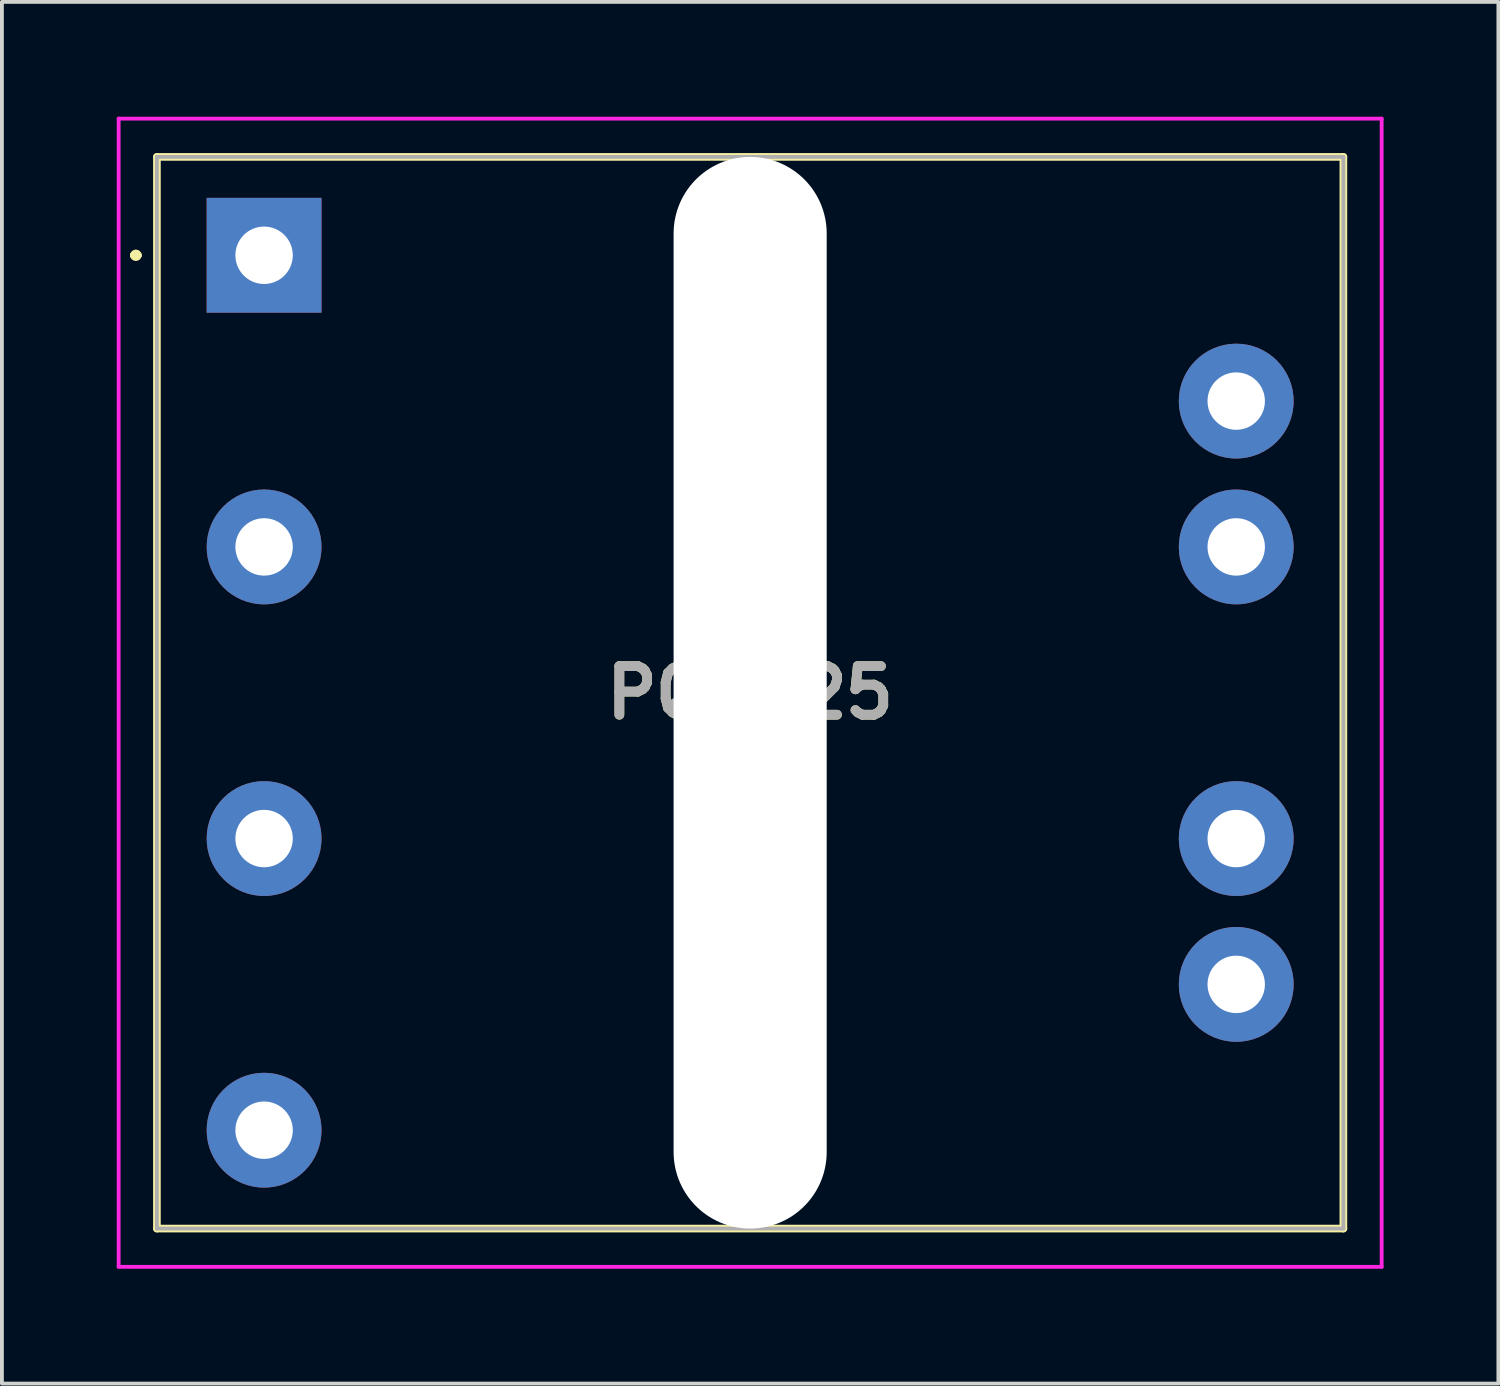
<source format=kicad_pcb>
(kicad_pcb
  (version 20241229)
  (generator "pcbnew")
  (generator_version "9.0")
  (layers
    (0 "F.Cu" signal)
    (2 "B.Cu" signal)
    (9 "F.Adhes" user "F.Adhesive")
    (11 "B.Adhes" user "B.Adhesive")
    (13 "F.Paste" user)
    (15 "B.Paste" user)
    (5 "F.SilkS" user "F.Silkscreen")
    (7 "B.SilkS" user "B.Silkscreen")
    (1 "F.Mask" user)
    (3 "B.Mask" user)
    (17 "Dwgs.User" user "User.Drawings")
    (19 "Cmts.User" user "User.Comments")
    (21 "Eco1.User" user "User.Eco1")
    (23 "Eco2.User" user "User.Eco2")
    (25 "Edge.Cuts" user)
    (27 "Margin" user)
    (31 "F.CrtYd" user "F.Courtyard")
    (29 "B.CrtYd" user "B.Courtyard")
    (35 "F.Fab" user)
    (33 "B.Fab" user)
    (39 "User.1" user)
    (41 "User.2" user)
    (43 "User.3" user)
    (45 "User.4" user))
  (footprint "PQ2625"
    (layer "F.Cu")
    (at 3.85 3.62)
    (property "Reference" "PQ2625" (at 12.7 11.43 0) (layer "F.SilkS") (effects (font (size 1.27 1.27) (thickness 0.254))))
    (attr through_hole)
    (fp_line (start -3.4 0) (end -3.4 0) (stroke (width 0.2) (type solid)) (layer "F.SilkS"))
    (fp_line (start -3.4 0) (end -3.3 0) (stroke (width 0.2) (type solid)) (layer "F.SilkS"))
    (fp_line (start -3.3 0) (end -3.3 0) (stroke (width 0.2) (type solid)) (layer "F.SilkS"))
    (fp_line (start -2.8 -2.57) (end 28.2 -2.57) (stroke (width 0.2) (type solid)) (layer "F.SilkS"))
    (fp_line (start -2.8 25.43) (end -2.8 -2.57) (stroke (width 0.2) (type solid)) (layer "F.SilkS"))
    (fp_line (start 28.2 -2.57) (end 28.2 25.43) (stroke (width 0.2) (type solid)) (layer "F.SilkS"))
    (fp_line (start 28.2 25.43) (end -2.8 25.43) (stroke (width 0.2) (type solid)) (layer "F.SilkS"))
    (fp_arc (start -3.4 0) (mid -3.35 -0.05) (end -3.3 0) (stroke (width 0.2) (type solid)) (layer "F.SilkS"))
    (fp_arc (start -3.3 0) (mid -3.35 0.05) (end -3.4 0) (stroke (width 0.2) (type solid)) (layer "F.SilkS"))
    (fp_line (start -3.8 -3.57) (end 29.2 -3.57) (stroke (width 0.1) (type solid)) (layer "F.CrtYd"))
    (fp_line (start -3.8 26.43) (end -3.8 -3.57) (stroke (width 0.1) (type solid)) (layer "F.CrtYd"))
    (fp_line (start 29.2 -3.57) (end 29.2 26.43) (stroke (width 0.1) (type solid)) (layer "F.CrtYd"))
    (fp_line (start 29.2 26.43) (end -3.8 26.43) (stroke (width 0.1) (type solid)) (layer "F.CrtYd"))
    (fp_line (start -2.8 -2.57) (end 28.2 -2.57) (stroke (width 0.1) (type solid)) (layer "F.Fab"))
    (fp_line (start -2.8 25.43) (end -2.8 -2.57) (stroke (width 0.1) (type solid)) (layer "F.Fab"))
    (fp_line (start 28.2 -2.57) (end 28.2 25.43) (stroke (width 0.1) (type solid)) (layer "F.Fab"))
    (fp_line (start 28.2 25.43) (end -2.8 25.43) (stroke (width 0.1) (type solid)) (layer "F.Fab"))
    (fp_text user "${REFERENCE}" (at 12.7 11.43 0) (layer "F.Fab") (effects (font (size 1.27 1.27) (thickness 0.254))))
    (pad "" np_thru_hole oval (at 12.7 11.43) (size 4 28) (drill oval 4 28) (layers "*.Cu" "*.Mask"))
    (pad "" np_thru_hole circle (at 12.7 15.2) (size 3 3) (drill 3) (layers "*.Cu" "*.Mask"))
    (pad "1" thru_hole rect (at 0 0) (size 3 3) (drill 1.5) (layers "*.Cu" "*.Mask"))
    (pad "2" thru_hole circle (at 0 7.62) (size 3 3) (drill 1.5) (layers "*.Cu" "*.Mask"))
    (pad "3" thru_hole circle (at 0 15.24) (size 3 3) (drill 1.5) (layers "*.Cu" "*.Mask"))
    (pad "4" thru_hole circle (at 0 22.86) (size 3 3) (drill 1.5) (layers "*.Cu" "*.Mask"))
    (pad "5" thru_hole circle (at 25.4 15.24) (size 3 3) (drill 1.5) (layers "*.Cu" "*.Mask"))
    (pad "5" thru_hole circle (at 25.4 19.05) (size 3 3) (drill 1.5) (layers "*.Cu" "*.Mask"))
    (pad "6" thru_hole circle (at 25.4 3.81) (size 3 3) (drill 1.5) (layers "*.Cu" "*.Mask"))
    (pad "6" thru_hole circle (at 25.4 7.62) (size 3 3) (drill 1.5) (layers "*.Cu" "*.Mask")))
  (gr_rect
    (start -3 -3)
    (end 36.1 33.1)
    (stroke (width 0.1) (type default))
    (fill no)
    (layer "Edge.Cuts")))
</source>
